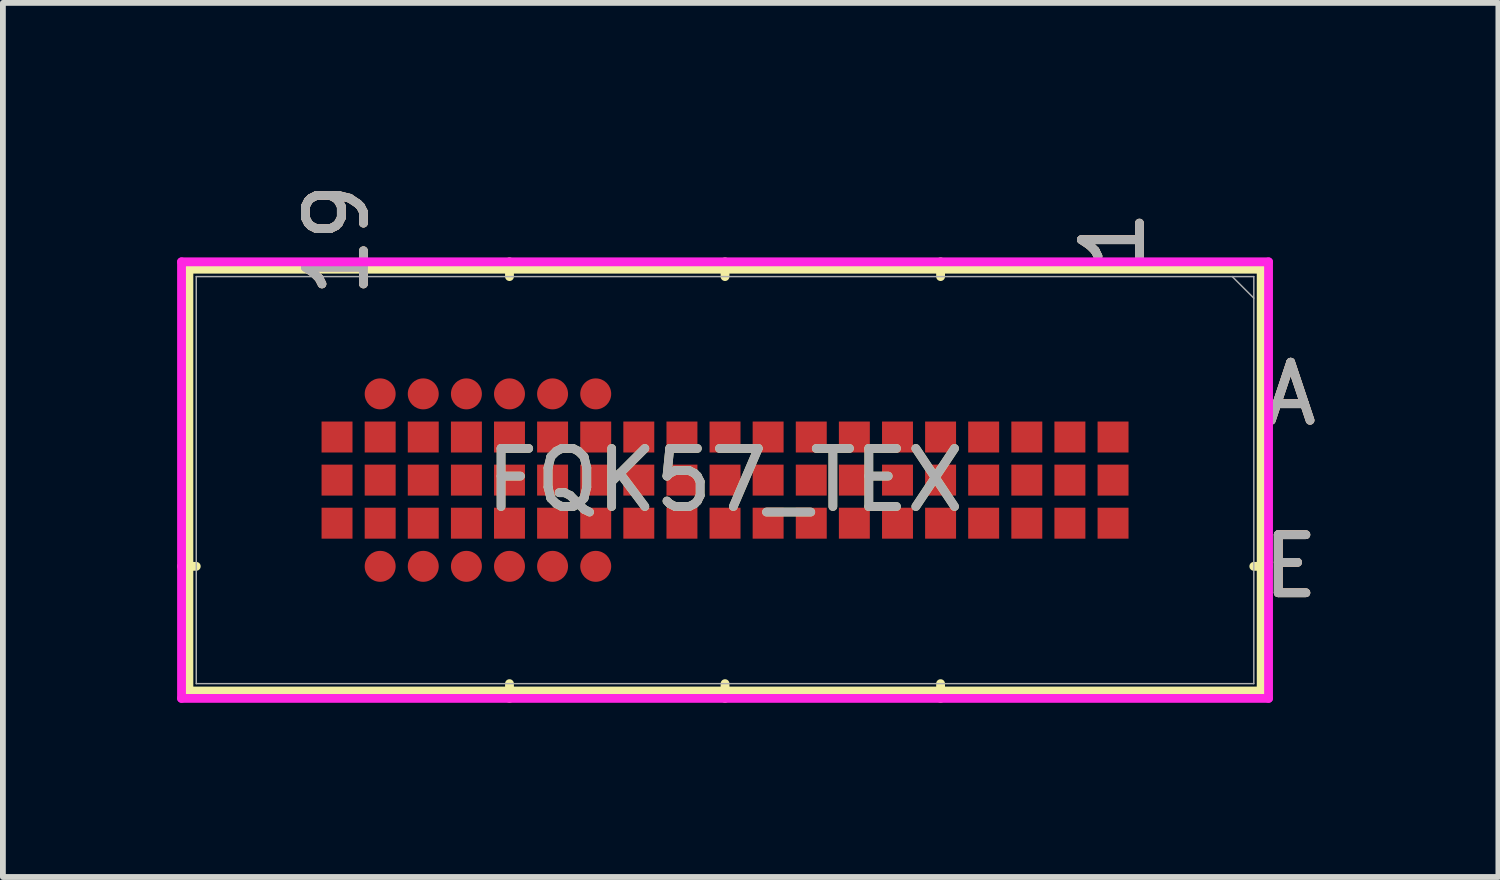
<source format=kicad_pcb>
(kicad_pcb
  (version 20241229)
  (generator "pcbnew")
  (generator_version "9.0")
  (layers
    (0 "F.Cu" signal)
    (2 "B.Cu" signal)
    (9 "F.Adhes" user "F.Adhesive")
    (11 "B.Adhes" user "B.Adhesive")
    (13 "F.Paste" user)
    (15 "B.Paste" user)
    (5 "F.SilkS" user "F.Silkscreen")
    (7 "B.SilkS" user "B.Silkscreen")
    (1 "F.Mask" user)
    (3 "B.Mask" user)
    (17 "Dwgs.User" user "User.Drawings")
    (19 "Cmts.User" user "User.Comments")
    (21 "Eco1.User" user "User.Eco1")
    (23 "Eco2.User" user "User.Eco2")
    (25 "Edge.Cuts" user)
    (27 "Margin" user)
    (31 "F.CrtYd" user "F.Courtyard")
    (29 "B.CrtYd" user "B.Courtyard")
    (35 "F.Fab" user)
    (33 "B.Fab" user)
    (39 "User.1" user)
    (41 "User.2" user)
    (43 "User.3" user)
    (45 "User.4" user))
  (footprint "FQK57_TEX"
    (layer "F.Cu")
    (at 9.436 5.218)
    (property "Reference" "FQK57_TEX" (at 0 0 0) (unlocked yes) (layer "F.SilkS") (effects (font (size 1 1) (thickness 0.15))))
    (attr smd)
    (fp_line (start -9.233 -3.632) (end -9.233 3.632) (stroke (width 0.152) (type solid)) (layer "F.SilkS"))
    (fp_line (start -9.233 3.632) (end 9.233 3.632) (stroke (width 0.152) (type solid)) (layer "F.SilkS"))
    (fp_line (start -9.106 1.485) (end -9.36 1.485) (stroke (width 0.152) (type solid)) (layer "F.SilkS"))
    (fp_line (start -3.712 -3.505) (end -3.712 -3.759) (stroke (width 0.152) (type solid)) (layer "F.SilkS"))
    (fp_line (start -3.712 3.505) (end -3.712 3.759) (stroke (width 0.152) (type solid)) (layer "F.SilkS"))
    (fp_line (start 0 -3.505) (end 0 -3.759) (stroke (width 0.152) (type solid)) (layer "F.SilkS"))
    (fp_line (start 0 3.505) (end 0 3.759) (stroke (width 0.152) (type solid)) (layer "F.SilkS"))
    (fp_line (start 3.712 -3.505) (end 3.712 -3.759) (stroke (width 0.152) (type solid)) (layer "F.SilkS"))
    (fp_line (start 3.712 3.505) (end 3.712 3.759) (stroke (width 0.152) (type solid)) (layer "F.SilkS"))
    (fp_line (start 9.106 1.485) (end 9.36 1.485) (stroke (width 0.152) (type solid)) (layer "F.SilkS"))
    (fp_line (start 9.233 -3.632) (end -9.233 -3.632) (stroke (width 0.152) (type solid)) (layer "F.SilkS"))
    (fp_line (start 9.233 3.632) (end 9.233 -3.632) (stroke (width 0.152) (type solid)) (layer "F.SilkS"))
    (fp_poly (pts (xy -7.497 -2.3) (xy 7.497 -2.3) (xy 7.497 2.3) (xy -7.497 2.3)) (stroke (width 0.1) (type solid)) (fill no) (layer "Eco2.User"))
    (fp_line (start -9.36 -3.759) (end 9.36 -3.759) (stroke (width 0.152) (type solid)) (layer "F.CrtYd"))
    (fp_line (start -9.36 3.759) (end -9.36 -3.759) (stroke (width 0.152) (type solid)) (layer "F.CrtYd"))
    (fp_line (start 9.36 -3.759) (end 9.36 3.759) (stroke (width 0.152) (type solid)) (layer "F.CrtYd"))
    (fp_line (start 9.36 3.759) (end -9.36 3.759) (stroke (width 0.152) (type solid)) (layer "F.CrtYd"))
    (fp_line (start -9.106 -3.505) (end -9.106 3.505) (stroke (width 0.025) (type solid)) (layer "F.Fab"))
    (fp_line (start -9.106 3.505) (end 9.106 3.505) (stroke (width 0.025) (type solid)) (layer "F.Fab"))
    (fp_line (start 9.106 -3.505) (end -9.106 -3.505) (stroke (width 0.025) (type solid)) (layer "F.Fab"))
    (fp_line (start 9.106 -3.134) (end 8.735 -3.505) (stroke (width 0.025) (type solid)) (layer "F.Fab"))
    (fp_line (start 9.106 3.505) (end 9.106 -3.505) (stroke (width 0.025) (type solid)) (layer "F.Fab"))
    (fp_text user "E" (at 9.741 1.485 0) (unlocked yes) (layer "F.SilkS") (effects (font (size 1 1) (thickness 0.15))))
    (fp_text user "1" (at 6.682 -4.14 90) (unlocked yes) (layer "F.SilkS") (effects (font (size 1 1) (thickness 0.15))))
    (fp_text user "19" (at -6.682 -4.14 90) (unlocked yes) (layer "F.SilkS") (effects (font (size 1 1) (thickness 0.15))))
    (fp_text user "A" (at 9.741 -1.485 0) (unlocked yes) (layer "F.SilkS") (effects (font (size 1 1) (thickness 0.15))))
    (fp_text user "A" (at 9.741 -1.485 0) (unlocked yes) (layer "B.SilkS") (effects (font (size 1 1) (thickness 0.15))))
    (fp_text user "E" (at 9.741 1.485 0) (unlocked yes) (layer "B.SilkS") (effects (font (size 1 1) (thickness 0.15))))
    (fp_text user "1" (at 6.682 -4.14 90) (unlocked yes) (layer "B.SilkS") (effects (font (size 1 1) (thickness 0.15))))
    (fp_text user "19" (at -6.682 -4.14 90) (unlocked yes) (layer "B.SilkS") (effects (font (size 1 1) (thickness 0.15))))
    (fp_text user "E" (at 9.741 1.485 0) (unlocked yes) (layer "F.Fab") (effects (font (size 1 1) (thickness 0.15))))
    (fp_text user "1" (at 6.682 -4.14 90) (unlocked yes) (layer "F.Fab") (effects (font (size 1 1) (thickness 0.15))))
    (fp_text user "${REFERENCE}" (at 0 0 0) (unlocked yes) (layer "F.Fab") (effects (font (size 1 1) (thickness 0.15))))
    (fp_text user "A" (at 9.741 -1.485 0) (unlocked yes) (layer "F.Fab") (effects (font (size 1 1) (thickness 0.15))))
    (fp_text user "19" (at -6.682 -4.14 90) (unlocked yes) (layer "F.Fab") (effects (font (size 1 1) (thickness 0.15))))
    (pad "A13" smd circle (at -2.227 -1.485) (size 0.533 0.533) (layers "F.Cu" "F.Mask" "F.Paste"))
    (pad "A14" smd circle (at -2.97 -1.485) (size 0.533 0.533) (layers "F.Cu" "F.Mask" "F.Paste"))
    (pad "A15" smd circle (at -3.712 -1.485) (size 0.533 0.533) (layers "F.Cu" "F.Mask" "F.Paste"))
    (pad "A16" smd circle (at -4.454 -1.485) (size 0.533 0.533) (layers "F.Cu" "F.Mask" "F.Paste"))
    (pad "A17" smd circle (at -5.197 -1.485) (size 0.533 0.533) (layers "F.Cu" "F.Mask" "F.Paste"))
    (pad "A18" smd circle (at -5.939 -1.485) (size 0.533 0.533) (layers "F.Cu" "F.Mask" "F.Paste"))
    (pad "B1" smd rect (at 6.682 -0.742) (size 0.533 0.533) (layers "F.Cu" "F.Mask" "F.Paste"))
    (pad "B2" smd rect (at 5.939 -0.742) (size 0.533 0.533) (layers "F.Cu" "F.Mask" "F.Paste"))
    (pad "B3" smd rect (at 5.197 -0.742) (size 0.533 0.533) (layers "F.Cu" "F.Mask" "F.Paste"))
    (pad "B4" smd rect (at 4.454 -0.742) (size 0.533 0.533) (layers "F.Cu" "F.Mask" "F.Paste"))
    (pad "B5" smd rect (at 3.712 -0.742) (size 0.533 0.533) (layers "F.Cu" "F.Mask" "F.Paste"))
    (pad "B6" smd rect (at 2.97 -0.742) (size 0.533 0.533) (layers "F.Cu" "F.Mask" "F.Paste"))
    (pad "B7" smd rect (at 2.227 -0.742) (size 0.533 0.533) (layers "F.Cu" "F.Mask" "F.Paste"))
    (pad "B8" smd rect (at 1.485 -0.742) (size 0.533 0.533) (layers "F.Cu" "F.Mask" "F.Paste"))
    (pad "B9" smd rect (at 0.742 -0.742) (size 0.533 0.533) (layers "F.Cu" "F.Mask" "F.Paste"))
    (pad "B10" smd rect (at 0 -0.742) (size 0.533 0.533) (layers "F.Cu" "F.Mask" "F.Paste"))
    (pad "B11" smd rect (at -0.742 -0.742) (size 0.533 0.533) (layers "F.Cu" "F.Mask" "F.Paste"))
    (pad "B12" smd rect (at -1.485 -0.742) (size 0.533 0.533) (layers "F.Cu" "F.Mask" "F.Paste"))
    (pad "B13" smd rect (at -2.227 -0.742) (size 0.533 0.533) (layers "F.Cu" "F.Mask" "F.Paste"))
    (pad "B14" smd rect (at -2.97 -0.742) (size 0.533 0.533) (layers "F.Cu" "F.Mask" "F.Paste"))
    (pad "B15" smd rect (at -3.712 -0.742) (size 0.533 0.533) (layers "F.Cu" "F.Mask" "F.Paste"))
    (pad "B16" smd rect (at -4.454 -0.742) (size 0.533 0.533) (layers "F.Cu" "F.Mask" "F.Paste"))
    (pad "B17" smd rect (at -5.197 -0.742) (size 0.533 0.533) (layers "F.Cu" "F.Mask" "F.Paste"))
    (pad "B18" smd rect (at -5.939 -0.742) (size 0.533 0.533) (layers "F.Cu" "F.Mask" "F.Paste"))
    (pad "B19" smd rect (at -6.682 -0.742) (size 0.533 0.533) (layers "F.Cu" "F.Mask" "F.Paste"))
    (pad "C1" smd rect (at 6.682 0) (size 0.533 0.533) (layers "F.Cu" "F.Mask" "F.Paste"))
    (pad "C2" smd rect (at 5.939 0) (size 0.533 0.533) (layers "F.Cu" "F.Mask" "F.Paste"))
    (pad "C3" smd rect (at 5.197 0) (size 0.533 0.533) (layers "F.Cu" "F.Mask" "F.Paste"))
    (pad "C4" smd rect (at 4.454 0) (size 0.533 0.533) (layers "F.Cu" "F.Mask" "F.Paste"))
    (pad "C5" smd rect (at 3.712 0) (size 0.533 0.533) (layers "F.Cu" "F.Mask" "F.Paste"))
    (pad "C6" smd rect (at 2.97 0) (size 0.533 0.533) (layers "F.Cu" "F.Mask" "F.Paste"))
    (pad "C7" smd rect (at 2.227 0) (size 0.533 0.533) (layers "F.Cu" "F.Mask" "F.Paste"))
    (pad "C8" smd rect (at 1.485 0) (size 0.533 0.533) (layers "F.Cu" "F.Mask" "F.Paste"))
    (pad "C9" smd rect (at 0.742 0) (size 0.533 0.533) (layers "F.Cu" "F.Mask" "F.Paste"))
    (pad "C10" smd rect (at 0 0) (size 0.533 0.533) (layers "F.Cu" "F.Mask" "F.Paste"))
    (pad "C11" smd rect (at -0.742 0) (size 0.533 0.533) (layers "F.Cu" "F.Mask" "F.Paste"))
    (pad "C12" smd rect (at -1.485 0) (size 0.533 0.533) (layers "F.Cu" "F.Mask" "F.Paste"))
    (pad "C13" smd rect (at -2.227 0) (size 0.533 0.533) (layers "F.Cu" "F.Mask" "F.Paste"))
    (pad "C14" smd rect (at -2.97 0) (size 0.533 0.533) (layers "F.Cu" "F.Mask" "F.Paste"))
    (pad "C15" smd rect (at -3.712 0) (size 0.533 0.533) (layers "F.Cu" "F.Mask" "F.Paste"))
    (pad "C16" smd rect (at -4.454 0) (size 0.533 0.533) (layers "F.Cu" "F.Mask" "F.Paste"))
    (pad "C17" smd rect (at -5.197 0) (size 0.533 0.533) (layers "F.Cu" "F.Mask" "F.Paste"))
    (pad "C18" smd rect (at -5.939 0) (size 0.533 0.533) (layers "F.Cu" "F.Mask" "F.Paste"))
    (pad "C19" smd rect (at -6.682 0) (size 0.533 0.533) (layers "F.Cu" "F.Mask" "F.Paste"))
    (pad "D1" smd rect (at 6.682 0.742) (size 0.533 0.533) (layers "F.Cu" "F.Mask" "F.Paste"))
    (pad "D2" smd rect (at 5.939 0.742) (size 0.533 0.533) (layers "F.Cu" "F.Mask" "F.Paste"))
    (pad "D3" smd rect (at 5.197 0.742) (size 0.533 0.533) (layers "F.Cu" "F.Mask" "F.Paste"))
    (pad "D4" smd rect (at 4.454 0.742) (size 0.533 0.533) (layers "F.Cu" "F.Mask" "F.Paste"))
    (pad "D5" smd rect (at 3.712 0.742) (size 0.533 0.533) (layers "F.Cu" "F.Mask" "F.Paste"))
    (pad "D6" smd rect (at 2.97 0.742) (size 0.533 0.533) (layers "F.Cu" "F.Mask" "F.Paste"))
    (pad "D7" smd rect (at 2.227 0.742) (size 0.533 0.533) (layers "F.Cu" "F.Mask" "F.Paste"))
    (pad "D8" smd rect (at 1.485 0.742) (size 0.533 0.533) (layers "F.Cu" "F.Mask" "F.Paste"))
    (pad "D9" smd rect (at 0.742 0.742) (size 0.533 0.533) (layers "F.Cu" "F.Mask" "F.Paste"))
    (pad "D10" smd rect (at 0 0.742) (size 0.533 0.533) (layers "F.Cu" "F.Mask" "F.Paste"))
    (pad "D11" smd rect (at -0.742 0.742) (size 0.533 0.533) (layers "F.Cu" "F.Mask" "F.Paste"))
    (pad "D12" smd rect (at -1.485 0.742) (size 0.533 0.533) (layers "F.Cu" "F.Mask" "F.Paste"))
    (pad "D13" smd rect (at -2.227 0.742) (size 0.533 0.533) (layers "F.Cu" "F.Mask" "F.Paste"))
    (pad "D14" smd rect (at -2.97 0.742) (size 0.533 0.533) (layers "F.Cu" "F.Mask" "F.Paste"))
    (pad "D15" smd rect (at -3.712 0.742) (size 0.533 0.533) (layers "F.Cu" "F.Mask" "F.Paste"))
    (pad "D16" smd rect (at -4.454 0.742) (size 0.533 0.533) (layers "F.Cu" "F.Mask" "F.Paste"))
    (pad "D17" smd rect (at -5.197 0.742) (size 0.533 0.533) (layers "F.Cu" "F.Mask" "F.Paste"))
    (pad "D18" smd rect (at -5.939 0.742) (size 0.533 0.533) (layers "F.Cu" "F.Mask" "F.Paste"))
    (pad "D19" smd rect (at -6.682 0.742) (size 0.533 0.533) (layers "F.Cu" "F.Mask" "F.Paste"))
    (pad "E13" smd circle (at -2.227 1.485) (size 0.533 0.533) (layers "F.Cu" "F.Mask" "F.Paste"))
    (pad "E14" smd circle (at -2.97 1.485) (size 0.533 0.533) (layers "F.Cu" "F.Mask" "F.Paste"))
    (pad "E15" smd circle (at -3.712 1.485) (size 0.533 0.533) (layers "F.Cu" "F.Mask" "F.Paste"))
    (pad "E16" smd circle (at -4.454 1.485) (size 0.533 0.533) (layers "F.Cu" "F.Mask" "F.Paste"))
    (pad "E17" smd circle (at -5.197 1.485) (size 0.533 0.533) (layers "F.Cu" "F.Mask" "F.Paste"))
    (pad "E18" smd circle (at -5.939 1.485) (size 0.533 0.533) (layers "F.Cu" "F.Mask" "F.Paste")))
  (gr_rect
    (start -3 -3)
    (end 22.754 12.053)
    (stroke (width 0.1) (type default))
    (fill no)
    (layer "Edge.Cuts")))
</source>
